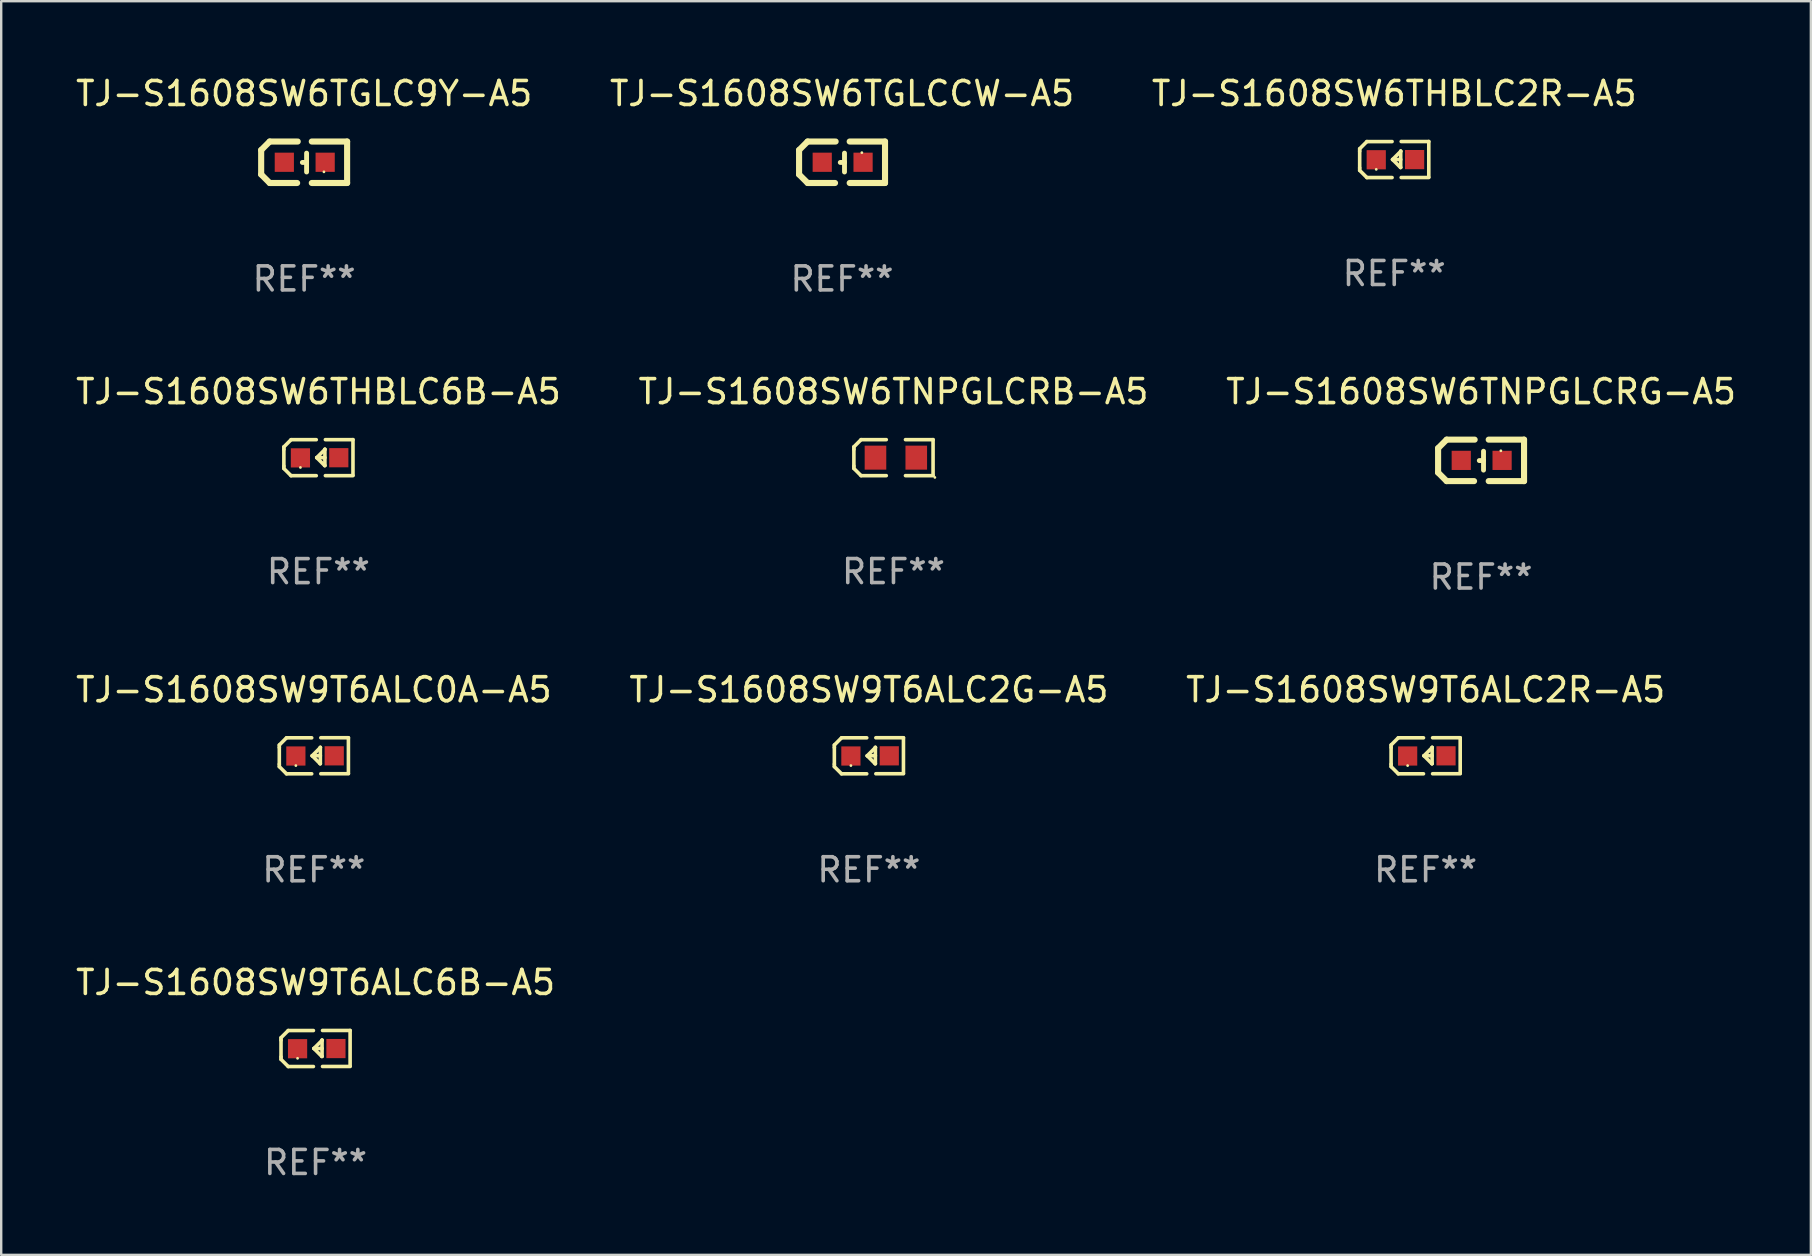
<source format=kicad_pcb>
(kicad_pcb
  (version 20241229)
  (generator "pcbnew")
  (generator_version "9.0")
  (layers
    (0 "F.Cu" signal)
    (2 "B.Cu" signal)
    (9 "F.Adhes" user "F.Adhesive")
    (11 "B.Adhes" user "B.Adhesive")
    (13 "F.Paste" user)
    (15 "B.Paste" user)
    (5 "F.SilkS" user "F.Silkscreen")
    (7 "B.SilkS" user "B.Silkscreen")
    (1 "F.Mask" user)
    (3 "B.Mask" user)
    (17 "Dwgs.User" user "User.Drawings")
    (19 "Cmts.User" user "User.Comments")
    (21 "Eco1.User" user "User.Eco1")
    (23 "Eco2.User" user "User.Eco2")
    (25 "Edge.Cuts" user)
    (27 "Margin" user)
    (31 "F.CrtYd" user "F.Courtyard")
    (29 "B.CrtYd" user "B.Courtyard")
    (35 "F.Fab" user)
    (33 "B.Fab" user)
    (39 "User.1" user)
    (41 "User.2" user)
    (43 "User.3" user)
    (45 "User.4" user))
  (footprint "TJ-S1608SW9T6ALC2R-A5"
    (layer "F.Cu")
    (at 56.363 28.447)
    (property "Reference" "TJ-S1608SW9T6ALC2R-A5" (at 0 -2.751 0) (layer "F.SilkS") (effects (font (size 1 1) (thickness 0.15))))
    (attr through_hole)
    (fp_line (start -1.44 -0.449) (end -1.14 -0.749) (stroke (width 0.15) (type solid)) (layer "F.SilkS"))
    (fp_line (start -1.44 -0.349) (end -1.44 -0.449) (stroke (width 0.15) (type solid)) (layer "F.SilkS"))
    (fp_line (start -1.44 -0.349) (end -1.44 0.351) (stroke (width 0.15) (type solid)) (layer "F.SilkS"))
    (fp_line (start -1.44 0.351) (end -1.44 0.451) (stroke (width 0.15) (type solid)) (layer "F.SilkS"))
    (fp_line (start -1.44 0.451) (end -1.14 0.751) (stroke (width 0.15) (type solid)) (layer "F.SilkS"))
    (fp_line (start -0.09 -0.749) (end -1.14 -0.749) (stroke (width 0.15) (type solid)) (layer "F.SilkS"))
    (fp_line (start -0.09 0.751) (end -1.14 0.751) (stroke (width 0.15) (type solid)) (layer "F.SilkS"))
    (fp_line (start 0.26 0.329) (end -0.07 -0.001) (stroke (width 0.15) (type solid)) (layer "F.SilkS"))
    (fp_line (start 0.27 -0.351) (end 0.27 -0.341) (stroke (width 0.15) (type solid)) (layer "F.SilkS"))
    (fp_line (start 0.27 -0.351) (end 0.27 0.329) (stroke (width 0.15) (type solid)) (layer "F.SilkS"))
    (fp_line (start 0.27 -0.341) (end -0.07 -0.001) (stroke (width 0.15) (type solid)) (layer "F.SilkS"))
    (fp_line (start 0.27 -0.001) (end -0.07 -0.001) (stroke (width 0.15) (type solid)) (layer "F.SilkS"))
    (fp_line (start 0.27 0.329) (end 0.26 0.329) (stroke (width 0.15) (type solid)) (layer "F.SilkS"))
    (fp_line (start 0.29 -0.751) (end 1.44 -0.751) (stroke (width 0.15) (type solid)) (layer "F.SilkS"))
    (fp_line (start 0.29 0.749) (end 1.44 0.749) (stroke (width 0.15) (type solid)) (layer "F.SilkS"))
    (fp_line (start 1.44 -0.751) (end 1.44 0.729) (stroke (width 0.15) (type solid)) (layer "F.SilkS"))
    (fp_circle (center -0.75 0.409) (end -0.72 0.409) (stroke (width 0.06) (type solid)) (fill no) (layer "F.SilkS"))
    (fp_text user "REF**" (at 0 4.751 0) (layer "F.Fab") (effects (font (size 1 1) (thickness 0.15))))
    (pad "1" smd rect (at -0.75 0.009 90) (size 0.8 0.8) (layers "F.Cu" "F.Mask" "F.Paste"))
    (pad "2" smd rect (at 0.849 0.002 90) (size 0.8 0.8) (layers "F.Cu" "F.Mask" "F.Paste")))
  (footprint "TJ-S1608SW6THBLC2R-A5"
    (layer "F.Cu")
    (at 55.054 3.599)
    (property "Reference" "TJ-S1608SW6THBLC2R-A5" (at 0 -2.751 0) (layer "F.SilkS") (effects (font (size 1 1) (thickness 0.15))))
    (attr through_hole)
    (fp_line (start -1.44 -0.449) (end -1.14 -0.749) (stroke (width 0.15) (type solid)) (layer "F.SilkS"))
    (fp_line (start -1.44 -0.349) (end -1.44 -0.449) (stroke (width 0.15) (type solid)) (layer "F.SilkS"))
    (fp_line (start -1.44 -0.349) (end -1.44 0.351) (stroke (width 0.15) (type solid)) (layer "F.SilkS"))
    (fp_line (start -1.44 0.351) (end -1.44 0.451) (stroke (width 0.15) (type solid)) (layer "F.SilkS"))
    (fp_line (start -1.44 0.451) (end -1.14 0.751) (stroke (width 0.15) (type solid)) (layer "F.SilkS"))
    (fp_line (start -0.09 -0.749) (end -1.14 -0.749) (stroke (width 0.15) (type solid)) (layer "F.SilkS"))
    (fp_line (start -0.09 0.751) (end -1.14 0.751) (stroke (width 0.15) (type solid)) (layer "F.SilkS"))
    (fp_line (start 0.26 0.329) (end -0.07 -0.001) (stroke (width 0.15) (type solid)) (layer "F.SilkS"))
    (fp_line (start 0.27 -0.351) (end 0.27 -0.341) (stroke (width 0.15) (type solid)) (layer "F.SilkS"))
    (fp_line (start 0.27 -0.351) (end 0.27 0.329) (stroke (width 0.15) (type solid)) (layer "F.SilkS"))
    (fp_line (start 0.27 -0.341) (end -0.07 -0.001) (stroke (width 0.15) (type solid)) (layer "F.SilkS"))
    (fp_line (start 0.27 -0.001) (end -0.07 -0.001) (stroke (width 0.15) (type solid)) (layer "F.SilkS"))
    (fp_line (start 0.27 0.329) (end 0.26 0.329) (stroke (width 0.15) (type solid)) (layer "F.SilkS"))
    (fp_line (start 0.29 -0.751) (end 1.44 -0.751) (stroke (width 0.15) (type solid)) (layer "F.SilkS"))
    (fp_line (start 0.29 0.749) (end 1.44 0.749) (stroke (width 0.15) (type solid)) (layer "F.SilkS"))
    (fp_line (start 1.44 -0.751) (end 1.44 0.729) (stroke (width 0.15) (type solid)) (layer "F.SilkS"))
    (fp_circle (center -0.75 0.409) (end -0.72 0.409) (stroke (width 0.06) (type solid)) (fill no) (layer "F.SilkS"))
    (fp_text user "REF**" (at 0 4.751 0) (layer "F.Fab") (effects (font (size 1 1) (thickness 0.15))))
    (pad "1" smd rect (at -0.75 0.009 90) (size 0.8 0.8) (layers "F.Cu" "F.Mask" "F.Paste"))
    (pad "2" smd rect (at 0.849 0.002 90) (size 0.8 0.8) (layers "F.Cu" "F.Mask" "F.Paste")))
  (footprint "TJ-S1608SW6TNPGLCRG-A5"
    (layer "F.Cu")
    (at 58.673 16.136)
    (property "Reference" "TJ-S1608SW6TNPGLCRG-A5" (at 0 -2.864 0) (layer "F.SilkS") (effects (font (size 1 1) (thickness 0.15))))
    (attr through_hole)
    (fp_line (start -1.791 -0.508) (end -1.435 -0.864) (stroke (width 0.254) (type solid)) (layer "F.SilkS"))
    (fp_line (start -1.791 0.508) (end -1.791 -0.508) (stroke (width 0.254) (type solid)) (layer "F.SilkS"))
    (fp_line (start -1.435 0.864) (end -1.791 0.508) (stroke (width 0.254) (type solid)) (layer "F.SilkS"))
    (fp_line (start -0.292 0.864) (end -1.435 0.864) (stroke (width 0.254) (type solid)) (layer "F.SilkS"))
    (fp_line (start -0.267 -0.864) (end -1.435 -0.864) (stroke (width 0.254) (type solid)) (layer "F.SilkS"))
    (fp_line (start 0.102 0.008) (end -0.074 0.008) (stroke (width 0.203) (type solid)) (layer "F.SilkS"))
    (fp_line (start 0.102 0.406) (end 0.102 -0.381) (stroke (width 0.203) (type solid)) (layer "F.SilkS"))
    (fp_line (start 1.791 -0.864) (end 0.318 -0.864) (stroke (width 0.254) (type solid)) (layer "F.SilkS"))
    (fp_line (start 1.791 0.864) (end 0.318 0.864) (stroke (width 0.254) (type solid)) (layer "F.SilkS"))
    (fp_line (start 1.791 0.864) (end 1.791 -0.864) (stroke (width 0.254) (type solid)) (layer "F.SilkS"))
    (fp_circle (center 0.825 -0.4) (end 0.855 -0.4) (stroke (width 0.06) (type solid)) (fill no) (layer "F.SilkS"))
    (fp_text user "REF**" (at 0 4.864 0) (layer "F.Fab") (effects (font (size 1 1) (thickness 0.15))))
    (pad "1" smd rect (at 0.876 0 90) (size 0.8 0.8) (layers "F.Cu" "F.Mask" "F.Paste"))
    (pad "2" smd rect (at -0.826 0 90) (size 0.8 0.8) (layers "F.Cu" "F.Mask" "F.Paste")))
  (footprint "TJ-S1608SW9T6ALC0A-A5"
    (layer "F.Cu")
    (at 10.03 28.447)
    (property "Reference" "TJ-S1608SW9T6ALC0A-A5" (at 0 -2.751 0) (layer "F.SilkS") (effects (font (size 1 1) (thickness 0.15))))
    (attr through_hole)
    (fp_line (start -1.44 -0.449) (end -1.14 -0.749) (stroke (width 0.15) (type solid)) (layer "F.SilkS"))
    (fp_line (start -1.44 -0.349) (end -1.44 -0.449) (stroke (width 0.15) (type solid)) (layer "F.SilkS"))
    (fp_line (start -1.44 -0.349) (end -1.44 0.351) (stroke (width 0.15) (type solid)) (layer "F.SilkS"))
    (fp_line (start -1.44 0.351) (end -1.44 0.451) (stroke (width 0.15) (type solid)) (layer "F.SilkS"))
    (fp_line (start -1.44 0.451) (end -1.14 0.751) (stroke (width 0.15) (type solid)) (layer "F.SilkS"))
    (fp_line (start -0.09 -0.749) (end -1.14 -0.749) (stroke (width 0.15) (type solid)) (layer "F.SilkS"))
    (fp_line (start -0.09 0.751) (end -1.14 0.751) (stroke (width 0.15) (type solid)) (layer "F.SilkS"))
    (fp_line (start 0.26 0.329) (end -0.07 -0.001) (stroke (width 0.15) (type solid)) (layer "F.SilkS"))
    (fp_line (start 0.27 -0.351) (end 0.27 -0.341) (stroke (width 0.15) (type solid)) (layer "F.SilkS"))
    (fp_line (start 0.27 -0.351) (end 0.27 0.329) (stroke (width 0.15) (type solid)) (layer "F.SilkS"))
    (fp_line (start 0.27 -0.341) (end -0.07 -0.001) (stroke (width 0.15) (type solid)) (layer "F.SilkS"))
    (fp_line (start 0.27 -0.001) (end -0.07 -0.001) (stroke (width 0.15) (type solid)) (layer "F.SilkS"))
    (fp_line (start 0.27 0.329) (end 0.26 0.329) (stroke (width 0.15) (type solid)) (layer "F.SilkS"))
    (fp_line (start 0.29 -0.751) (end 1.44 -0.751) (stroke (width 0.15) (type solid)) (layer "F.SilkS"))
    (fp_line (start 0.29 0.749) (end 1.44 0.749) (stroke (width 0.15) (type solid)) (layer "F.SilkS"))
    (fp_line (start 1.44 -0.751) (end 1.44 0.729) (stroke (width 0.15) (type solid)) (layer "F.SilkS"))
    (fp_circle (center -0.75 0.409) (end -0.72 0.409) (stroke (width 0.06) (type solid)) (fill no) (layer "F.SilkS"))
    (fp_text user "REF**" (at 0 4.751 0) (layer "F.Fab") (effects (font (size 1 1) (thickness 0.15))))
    (pad "1" smd rect (at -0.75 0.009 90) (size 0.8 0.8) (layers "F.Cu" "F.Mask" "F.Paste"))
    (pad "2" smd rect (at 0.849 0.002 90) (size 0.8 0.8) (layers "F.Cu" "F.Mask" "F.Paste")))
  (footprint "TJ-S1608SW6THBLC6B-A5"
    (layer "F.Cu")
    (at 10.22 16.023)
    (property "Reference" "TJ-S1608SW6THBLC6B-A5" (at 0 -2.751 0) (layer "F.SilkS") (effects (font (size 1 1) (thickness 0.15))))
    (attr through_hole)
    (fp_line (start -1.44 -0.449) (end -1.14 -0.749) (stroke (width 0.15) (type solid)) (layer "F.SilkS"))
    (fp_line (start -1.44 -0.349) (end -1.44 -0.449) (stroke (width 0.15) (type solid)) (layer "F.SilkS"))
    (fp_line (start -1.44 -0.349) (end -1.44 0.351) (stroke (width 0.15) (type solid)) (layer "F.SilkS"))
    (fp_line (start -1.44 0.351) (end -1.44 0.451) (stroke (width 0.15) (type solid)) (layer "F.SilkS"))
    (fp_line (start -1.44 0.451) (end -1.14 0.751) (stroke (width 0.15) (type solid)) (layer "F.SilkS"))
    (fp_line (start -0.09 -0.749) (end -1.14 -0.749) (stroke (width 0.15) (type solid)) (layer "F.SilkS"))
    (fp_line (start -0.09 0.751) (end -1.14 0.751) (stroke (width 0.15) (type solid)) (layer "F.SilkS"))
    (fp_line (start 0.26 0.329) (end -0.07 -0.001) (stroke (width 0.15) (type solid)) (layer "F.SilkS"))
    (fp_line (start 0.27 -0.351) (end 0.27 -0.341) (stroke (width 0.15) (type solid)) (layer "F.SilkS"))
    (fp_line (start 0.27 -0.351) (end 0.27 0.329) (stroke (width 0.15) (type solid)) (layer "F.SilkS"))
    (fp_line (start 0.27 -0.341) (end -0.07 -0.001) (stroke (width 0.15) (type solid)) (layer "F.SilkS"))
    (fp_line (start 0.27 -0.001) (end -0.07 -0.001) (stroke (width 0.15) (type solid)) (layer "F.SilkS"))
    (fp_line (start 0.27 0.329) (end 0.26 0.329) (stroke (width 0.15) (type solid)) (layer "F.SilkS"))
    (fp_line (start 0.29 -0.751) (end 1.44 -0.751) (stroke (width 0.15) (type solid)) (layer "F.SilkS"))
    (fp_line (start 0.29 0.749) (end 1.44 0.749) (stroke (width 0.15) (type solid)) (layer "F.SilkS"))
    (fp_line (start 1.44 -0.751) (end 1.44 0.729) (stroke (width 0.15) (type solid)) (layer "F.SilkS"))
    (fp_circle (center -0.75 0.409) (end -0.72 0.409) (stroke (width 0.06) (type solid)) (fill no) (layer "F.SilkS"))
    (fp_text user "REF**" (at 0 4.751 0) (layer "F.Fab") (effects (font (size 1 1) (thickness 0.15))))
    (pad "1" smd rect (at -0.75 0.009 90) (size 0.8 0.8) (layers "F.Cu" "F.Mask" "F.Paste"))
    (pad "2" smd rect (at 0.849 0.002 90) (size 0.8 0.8) (layers "F.Cu" "F.Mask" "F.Paste")))
  (footprint "TJ-S1608SW6TGLCCW-A5"
    (layer "F.Cu")
    (at 32.042 3.712)
    (property "Reference" "TJ-S1608SW6TGLCCW-A5" (at 0 -2.864 0) (layer "F.SilkS") (effects (font (size 1 1) (thickness 0.15))))
    (attr through_hole)
    (fp_line (start -1.791 -0.508) (end -1.435 -0.864) (stroke (width 0.254) (type solid)) (layer "F.SilkS"))
    (fp_line (start -1.791 0.508) (end -1.791 -0.508) (stroke (width 0.254) (type solid)) (layer "F.SilkS"))
    (fp_line (start -1.435 0.864) (end -1.791 0.508) (stroke (width 0.254) (type solid)) (layer "F.SilkS"))
    (fp_line (start -0.292 0.864) (end -1.435 0.864) (stroke (width 0.254) (type solid)) (layer "F.SilkS"))
    (fp_line (start -0.267 -0.864) (end -1.435 -0.864) (stroke (width 0.254) (type solid)) (layer "F.SilkS"))
    (fp_line (start 0.102 0.008) (end -0.074 0.008) (stroke (width 0.203) (type solid)) (layer "F.SilkS"))
    (fp_line (start 0.102 0.406) (end 0.102 -0.381) (stroke (width 0.203) (type solid)) (layer "F.SilkS"))
    (fp_line (start 1.791 -0.864) (end 0.318 -0.864) (stroke (width 0.254) (type solid)) (layer "F.SilkS"))
    (fp_line (start 1.791 0.864) (end 0.318 0.864) (stroke (width 0.254) (type solid)) (layer "F.SilkS"))
    (fp_line (start 1.791 0.864) (end 1.791 -0.864) (stroke (width 0.254) (type solid)) (layer "F.SilkS"))
    (fp_circle (center 0.825 -0.4) (end 0.855 -0.4) (stroke (width 0.06) (type solid)) (fill no) (layer "F.SilkS"))
    (fp_text user "REF**" (at 0 4.864 0) (layer "F.Fab") (effects (font (size 1 1) (thickness 0.15))))
    (pad "1" smd rect (at 0.876 0 90) (size 0.8 0.8) (layers "F.Cu" "F.Mask" "F.Paste"))
    (pad "2" smd rect (at -0.826 0 90) (size 0.8 0.8) (layers "F.Cu" "F.Mask" "F.Paste")))
  (footprint "TJ-S1608SW6TGLC9Y-A5"
    (layer "F.Cu")
    (at 9.625 3.712)
    (property "Reference" "TJ-S1608SW6TGLC9Y-A5" (at 0 -2.864 0) (layer "F.SilkS") (effects (font (size 1 1) (thickness 0.15))))
    (attr through_hole)
    (fp_line (start -1.791 -0.508) (end -1.435 -0.864) (stroke (width 0.254) (type solid)) (layer "F.SilkS"))
    (fp_line (start -1.791 0.508) (end -1.791 -0.508) (stroke (width 0.254) (type solid)) (layer "F.SilkS"))
    (fp_line (start -1.435 0.864) (end -1.791 0.508) (stroke (width 0.254) (type solid)) (layer "F.SilkS"))
    (fp_line (start -0.292 0.864) (end -1.435 0.864) (stroke (width 0.254) (type solid)) (layer "F.SilkS"))
    (fp_line (start -0.267 -0.864) (end -1.435 -0.864) (stroke (width 0.254) (type solid)) (layer "F.SilkS"))
    (fp_line (start 0.102 0.008) (end -0.074 0.008) (stroke (width 0.203) (type solid)) (layer "F.SilkS"))
    (fp_line (start 0.102 0.406) (end 0.102 -0.381) (stroke (width 0.203) (type solid)) (layer "F.SilkS"))
    (fp_line (start 1.791 -0.864) (end 0.318 -0.864) (stroke (width 0.254) (type solid)) (layer "F.SilkS"))
    (fp_line (start 1.791 0.864) (end 0.318 0.864) (stroke (width 0.254) (type solid)) (layer "F.SilkS"))
    (fp_line (start 1.791 0.864) (end 1.791 -0.864) (stroke (width 0.254) (type solid)) (layer "F.SilkS"))
    (fp_circle (center 0.825 0.4) (end 0.855 0.4) (stroke (width 0.06) (type solid)) (fill no) (layer "F.SilkS"))
    (fp_text user "REF**" (at 0 4.864 0) (layer "F.Fab") (effects (font (size 1 1) (thickness 0.15))))
    (pad "1" smd rect (at 0.876 0 90) (size 0.8 0.8) (layers "F.Cu" "F.Mask" "F.Paste"))
    (pad "2" smd rect (at -0.826 0 90) (size 0.8 0.8) (layers "F.Cu" "F.Mask" "F.Paste")))
  (footprint "TJ-S1608SW6TNPGLCRB-A5"
    (layer "F.Cu")
    (at 34.185 16.022)
    (property "Reference" "TJ-S1608SW6TNPGLCRB-A5" (at 0 -2.75 0) (layer "F.SilkS") (effects (font (size 1 1) (thickness 0.15))))
    (attr through_hole)
    (fp_line (start -1.65 -0.45) (end -1.35 -0.75) (stroke (width 0.15) (type solid)) (layer "F.SilkS"))
    (fp_line (start -1.65 -0.35) (end -1.65 -0.45) (stroke (width 0.15) (type solid)) (layer "F.SilkS"))
    (fp_line (start -1.65 -0.35) (end -1.65 0.35) (stroke (width 0.15) (type solid)) (layer "F.SilkS"))
    (fp_line (start -1.65 0.35) (end -1.65 0.45) (stroke (width 0.15) (type solid)) (layer "F.SilkS"))
    (fp_line (start -1.65 0.45) (end -1.35 0.75) (stroke (width 0.15) (type solid)) (layer "F.SilkS"))
    (fp_line (start -0.3 -0.75) (end -1.35 -0.75) (stroke (width 0.15) (type solid)) (layer "F.SilkS"))
    (fp_line (start -0.3 0.75) (end -1.35 0.75) (stroke (width 0.15) (type solid)) (layer "F.SilkS"))
    (fp_line (start 0.5 -0.75) (end 1.65 -0.75) (stroke (width 0.15) (type solid)) (layer "F.SilkS"))
    (fp_line (start 0.5 0.75) (end 1.65 0.75) (stroke (width 0.15) (type solid)) (layer "F.SilkS"))
    (fp_line (start 1.65 -0.75) (end 1.65 0.73) (stroke (width 0.15) (type solid)) (layer "F.SilkS"))
    (fp_circle (center 1.725 0.825) (end 1.755 0.825) (stroke (width 0.06) (type solid)) (fill no) (layer "F.SilkS"))
    (fp_text user "REF**" (at 0 4.75 0) (layer "F.Fab") (effects (font (size 1 1) (thickness 0.15))))
    (pad "1" smd rect (at 0.95 0.000025 90) (size 1 0.9) (layers "F.Cu" "F.Mask" "F.Paste"))
    (pad "2" smd rect (at -0.75 0.000025 90) (size 1 0.9) (layers "F.Cu" "F.Mask" "F.Paste")))
  (footprint "TJ-S1608SW9T6ALC6B-A5"
    (layer "F.Cu")
    (at 10.101 40.646)
    (property "Reference" "TJ-S1608SW9T6ALC6B-A5" (at 0 -2.751 0) (layer "F.SilkS") (effects (font (size 1 1) (thickness 0.15))))
    (attr through_hole)
    (fp_line (start -1.44 -0.449) (end -1.14 -0.749) (stroke (width 0.15) (type solid)) (layer "F.SilkS"))
    (fp_line (start -1.44 -0.349) (end -1.44 -0.449) (stroke (width 0.15) (type solid)) (layer "F.SilkS"))
    (fp_line (start -1.44 -0.349) (end -1.44 0.351) (stroke (width 0.15) (type solid)) (layer "F.SilkS"))
    (fp_line (start -1.44 0.351) (end -1.44 0.451) (stroke (width 0.15) (type solid)) (layer "F.SilkS"))
    (fp_line (start -1.44 0.451) (end -1.14 0.751) (stroke (width 0.15) (type solid)) (layer "F.SilkS"))
    (fp_line (start -0.09 -0.749) (end -1.14 -0.749) (stroke (width 0.15) (type solid)) (layer "F.SilkS"))
    (fp_line (start -0.09 0.751) (end -1.14 0.751) (stroke (width 0.15) (type solid)) (layer "F.SilkS"))
    (fp_line (start 0.26 0.329) (end -0.07 -0.001) (stroke (width 0.15) (type solid)) (layer "F.SilkS"))
    (fp_line (start 0.27 -0.351) (end 0.27 -0.341) (stroke (width 0.15) (type solid)) (layer "F.SilkS"))
    (fp_line (start 0.27 -0.351) (end 0.27 0.329) (stroke (width 0.15) (type solid)) (layer "F.SilkS"))
    (fp_line (start 0.27 -0.341) (end -0.07 -0.001) (stroke (width 0.15) (type solid)) (layer "F.SilkS"))
    (fp_line (start 0.27 -0.001) (end -0.07 -0.001) (stroke (width 0.15) (type solid)) (layer "F.SilkS"))
    (fp_line (start 0.27 0.329) (end 0.26 0.329) (stroke (width 0.15) (type solid)) (layer "F.SilkS"))
    (fp_line (start 0.29 -0.751) (end 1.44 -0.751) (stroke (width 0.15) (type solid)) (layer "F.SilkS"))
    (fp_line (start 0.29 0.749) (end 1.44 0.749) (stroke (width 0.15) (type solid)) (layer "F.SilkS"))
    (fp_line (start 1.44 -0.751) (end 1.44 0.729) (stroke (width 0.15) (type solid)) (layer "F.SilkS"))
    (fp_circle (center -0.75 0.409) (end -0.72 0.409) (stroke (width 0.06) (type solid)) (fill no) (layer "F.SilkS"))
    (fp_text user "REF**" (at 0 4.751 0) (layer "F.Fab") (effects (font (size 1 1) (thickness 0.15))))
    (pad "1" smd rect (at -0.75 0.009 90) (size 0.8 0.8) (layers "F.Cu" "F.Mask" "F.Paste"))
    (pad "2" smd rect (at 0.849 0.002 90) (size 0.8 0.8) (layers "F.Cu" "F.Mask" "F.Paste")))
  (footprint "TJ-S1608SW9T6ALC2G-A5"
    (layer "F.Cu")
    (at 33.161 28.447)
    (property "Reference" "TJ-S1608SW9T6ALC2G-A5" (at 0 -2.751 0) (layer "F.SilkS") (effects (font (size 1 1) (thickness 0.15))))
    (attr through_hole)
    (fp_line (start -1.44 -0.449) (end -1.14 -0.749) (stroke (width 0.15) (type solid)) (layer "F.SilkS"))
    (fp_line (start -1.44 -0.349) (end -1.44 -0.449) (stroke (width 0.15) (type solid)) (layer "F.SilkS"))
    (fp_line (start -1.44 -0.349) (end -1.44 0.351) (stroke (width 0.15) (type solid)) (layer "F.SilkS"))
    (fp_line (start -1.44 0.351) (end -1.44 0.451) (stroke (width 0.15) (type solid)) (layer "F.SilkS"))
    (fp_line (start -1.44 0.451) (end -1.14 0.751) (stroke (width 0.15) (type solid)) (layer "F.SilkS"))
    (fp_line (start -0.09 -0.749) (end -1.14 -0.749) (stroke (width 0.15) (type solid)) (layer "F.SilkS"))
    (fp_line (start -0.09 0.751) (end -1.14 0.751) (stroke (width 0.15) (type solid)) (layer "F.SilkS"))
    (fp_line (start 0.26 0.329) (end -0.07 -0.001) (stroke (width 0.15) (type solid)) (layer "F.SilkS"))
    (fp_line (start 0.27 -0.351) (end 0.27 -0.341) (stroke (width 0.15) (type solid)) (layer "F.SilkS"))
    (fp_line (start 0.27 -0.351) (end 0.27 0.329) (stroke (width 0.15) (type solid)) (layer "F.SilkS"))
    (fp_line (start 0.27 -0.341) (end -0.07 -0.001) (stroke (width 0.15) (type solid)) (layer "F.SilkS"))
    (fp_line (start 0.27 -0.001) (end -0.07 -0.001) (stroke (width 0.15) (type solid)) (layer "F.SilkS"))
    (fp_line (start 0.27 0.329) (end 0.26 0.329) (stroke (width 0.15) (type solid)) (layer "F.SilkS"))
    (fp_line (start 0.29 -0.751) (end 1.44 -0.751) (stroke (width 0.15) (type solid)) (layer "F.SilkS"))
    (fp_line (start 0.29 0.749) (end 1.44 0.749) (stroke (width 0.15) (type solid)) (layer "F.SilkS"))
    (fp_line (start 1.44 -0.751) (end 1.44 0.729) (stroke (width 0.15) (type solid)) (layer "F.SilkS"))
    (fp_circle (center -0.75 0.409) (end -0.72 0.409) (stroke (width 0.06) (type solid)) (fill no) (layer "F.SilkS"))
    (fp_text user "REF**" (at 0 4.751 0) (layer "F.Fab") (effects (font (size 1 1) (thickness 0.15))))
    (pad "1" smd rect (at -0.75 0.009 90) (size 0.8 0.8) (layers "F.Cu" "F.Mask" "F.Paste"))
    (pad "2" smd rect (at 0.849 0.002 90) (size 0.8 0.8) (layers "F.Cu" "F.Mask" "F.Paste")))
  (gr_rect
    (start -3 -3)
    (end 72.417 49.245)
    (stroke (width 0.1) (type default))
    (fill no)
    (layer "Edge.Cuts")))
</source>
